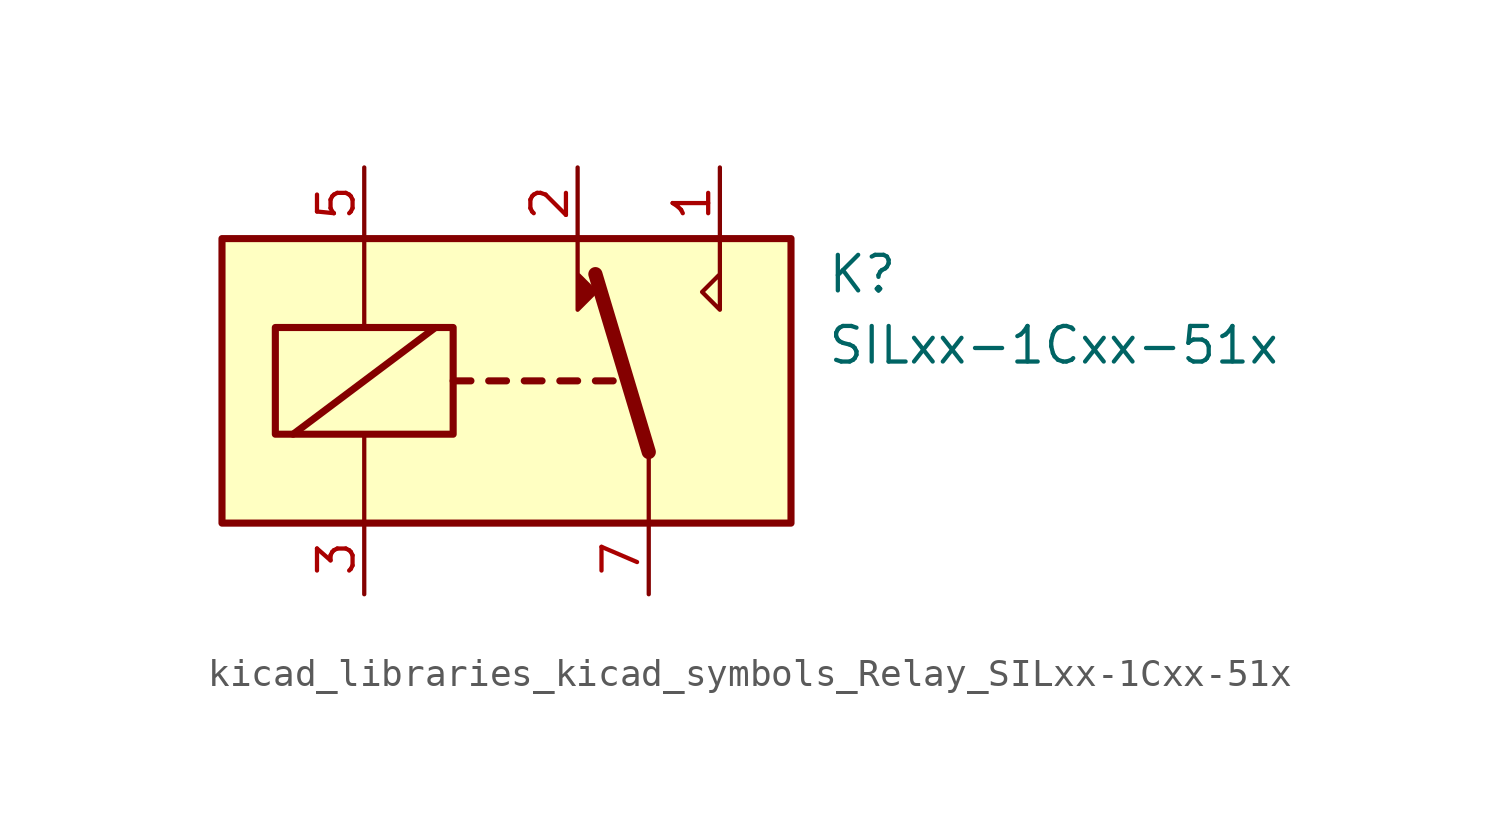
<source format=kicad_sym>
(kicad_symbol_lib
  (version 20220914)
  (generator kicad_symbol_editor)
  (symbol "kicad_libraries_kicad_symbols_Relay_SILxx-1Cxx-51x"
    (property "Reference" "K"
      (at 11.43 3.81 0)
      (effects (font (size 1.27 1.27)) (justify left)))
    (property "Value" "SILxx-1Cxx-51x"
      (at 11.43 1.27 0)
      (effects (font (size 1.27 1.27)) (justify left)))
    (symbol "kicad_libraries_kicad_symbols_Relay_SILxx-1Cxx-51x_0_0"
      (polyline (pts (xy 7.62 5.08) (xy 7.62 2.54) (xy 6.985 3.175) (xy 7.62 3.81)) (stroke (width 0) (type default)) (fill (type none))))
    (symbol "kicad_libraries_kicad_symbols_Relay_SILxx-1Cxx-51x_0_1"
      (rectangle (start -10.16 5.08) (end 10.16 -5.08) (stroke (width 0.254) (type default)) (fill (type background)))
      (rectangle (start -8.255 1.905) (end -1.905 -1.905) (stroke (width 0.254) (type default)) (fill (type none)))
      (polyline (pts (xy -7.62 -1.905) (xy -2.54 1.905)) (stroke (width 0.254) (type default)) (fill (type none)))
      (polyline (pts (xy -5.08 -5.08) (xy -5.08 -1.905)) (stroke (width 0) (type default)) (fill (type none)))
      (polyline (pts (xy -5.08 5.08) (xy -5.08 1.905)) (stroke (width 0) (type default)) (fill (type none)))
      (polyline (pts (xy -1.905 0) (xy -1.27 0)) (stroke (width 0.254) (type default)) (fill (type none)))
      (polyline (pts (xy -0.635 0) (xy 0 0)) (stroke (width 0.254) (type default)) (fill (type none)))
      (polyline (pts (xy 0.635 0) (xy 1.27 0)) (stroke (width 0.254) (type default)) (fill (type none)))
      (polyline (pts (xy 1.905 0) (xy 2.54 0)) (stroke (width 0.254) (type default)) (fill (type none)))
      (polyline (pts (xy 3.175 0) (xy 3.81 0)) (stroke (width 0.254) (type default)) (fill (type none)))
      (polyline (pts (xy 5.08 -2.54) (xy 3.175 3.81)) (stroke (width 0.508) (type default)) (fill (type none)))
      (polyline (pts (xy 5.08 -2.54) (xy 5.08 -5.08)) (stroke (width 0) (type default)) (fill (type none)))
      (polyline (pts (xy 2.54 5.08) (xy 2.54 2.54) (xy 3.175 3.175) (xy 2.54 3.81)) (stroke (width 0) (type default)) (fill (type outline))))
    (symbol "kicad_libraries_kicad_symbols_Relay_SILxx-1Cxx-51x_1_1"
      (pin passive line (at 7.62 7.62 270) (length 2.54) (name "~" (effects (font (size 1.27 1.27)))) (number "1" (effects (font (size 1.27 1.27)))))
      (pin passive line (at 2.54 7.62 270) (length 2.54) (name "~" (effects (font (size 1.27 1.27)))) (number "2" (effects (font (size 1.27 1.27)))))
      (pin passive line (at -5.08 -7.62 90) (length 2.54) (name "~" (effects (font (size 1.27 1.27)))) (number "3" (effects (font (size 1.27 1.27)))))
      (pin passive line (at -5.08 7.62 270) (length 2.54) (name "~" (effects (font (size 1.27 1.27)))) (number "5" (effects (font (size 1.27 1.27)))))
      (pin passive line (at 5.08 -7.62 90) (length 2.54) (name "~" (effects (font (size 1.27 1.27)))) (number "7" (effects (font (size 1.27 1.27))))))))
</source>
